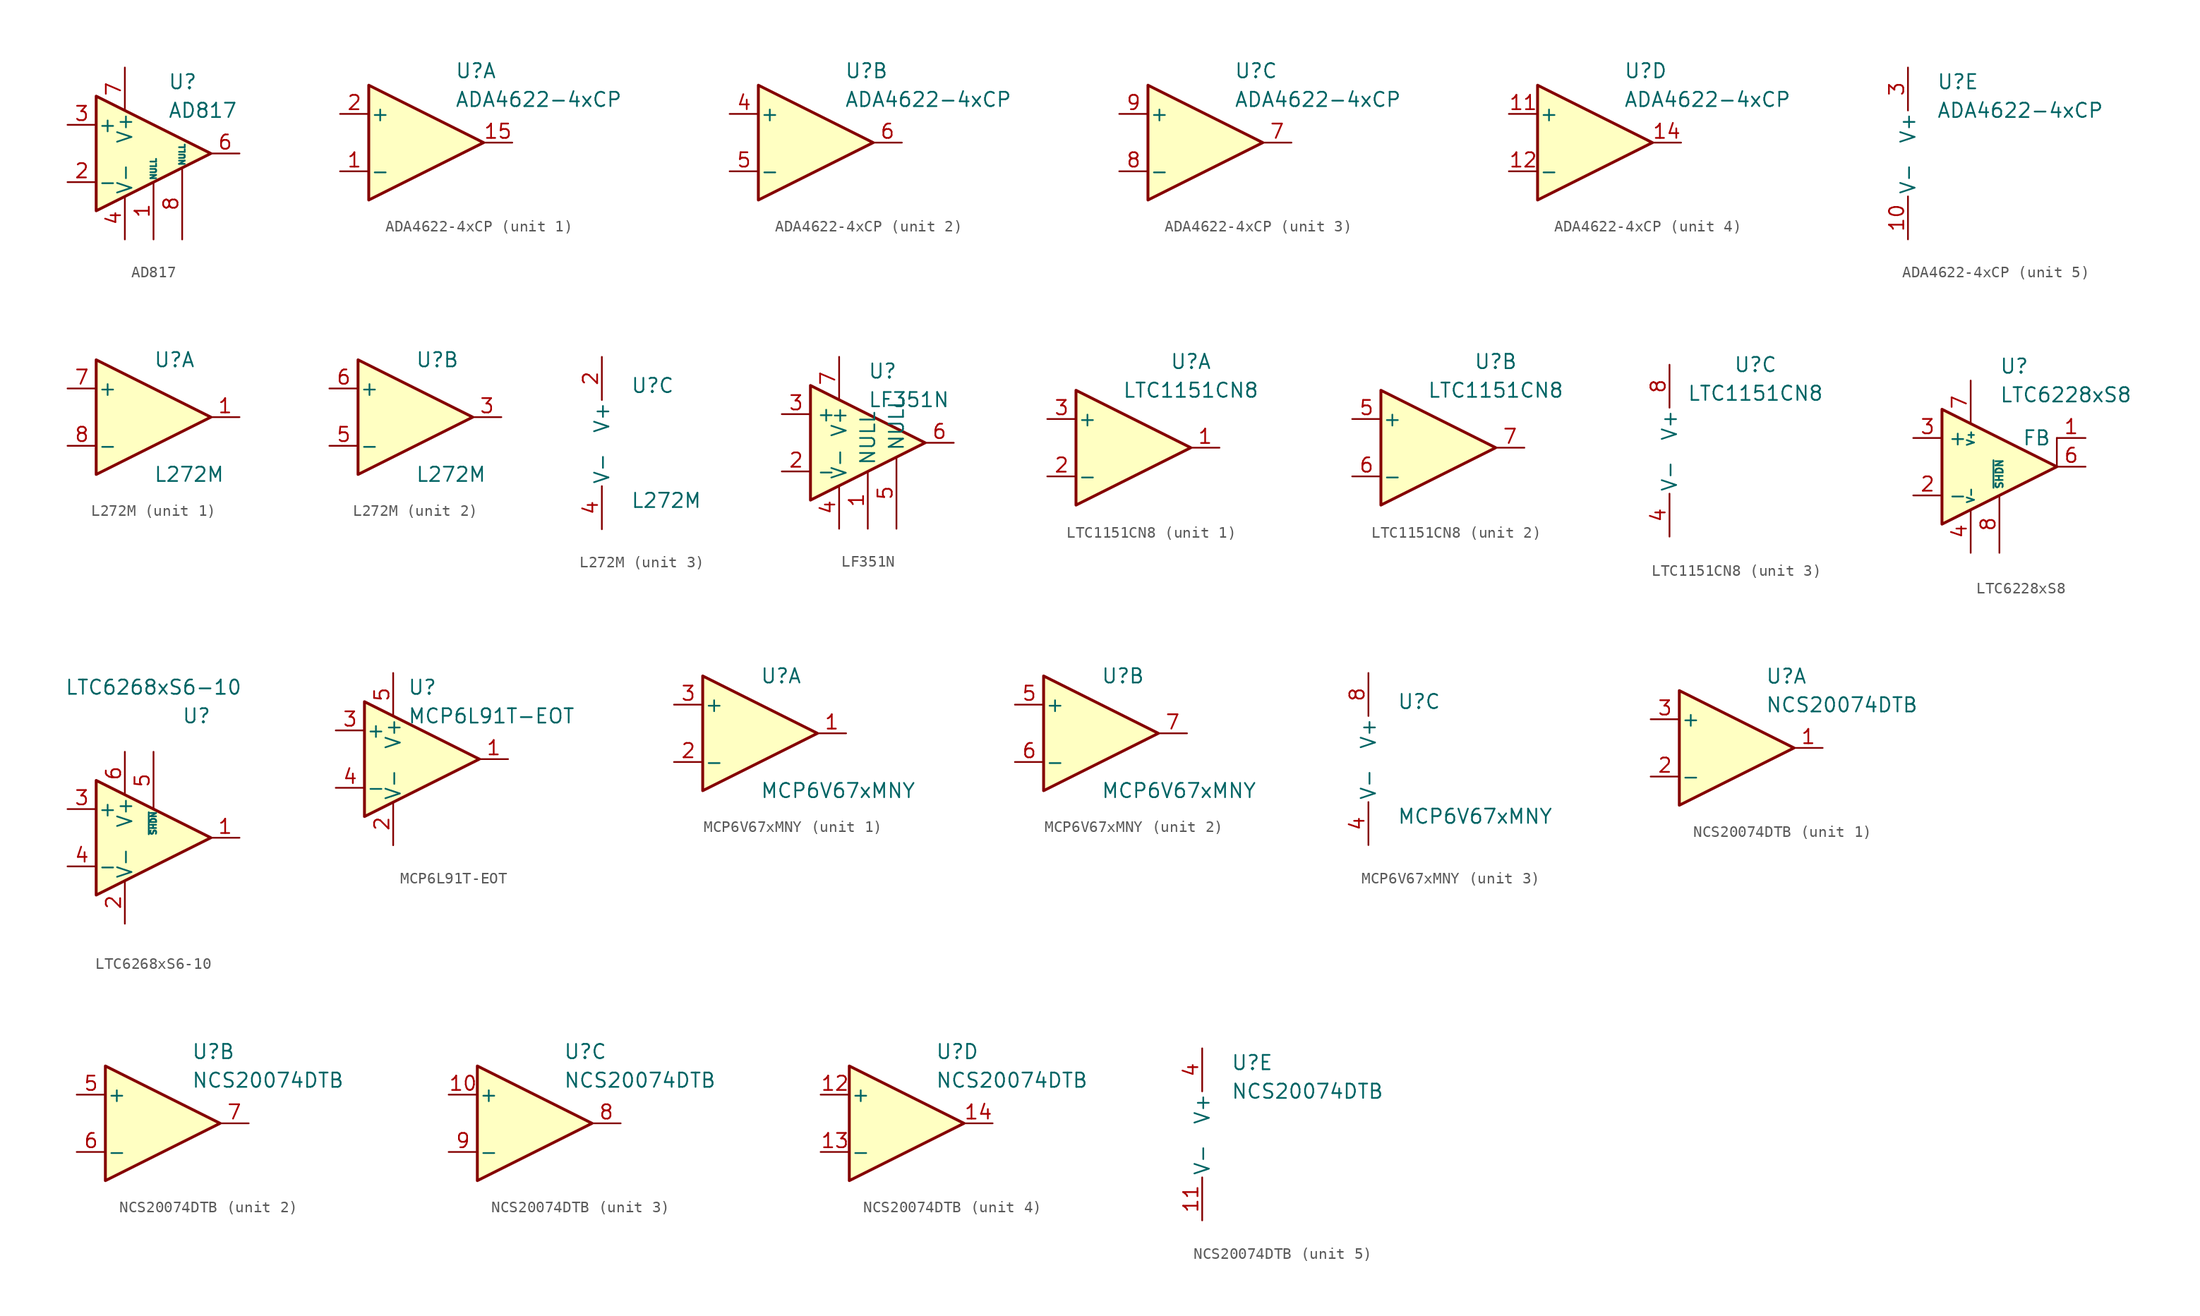
<source format=kicad_sym>
(kicad_symbol_lib
  (version 20220914)
  (generator kicad_symbol_editor)
  (symbol "AD817"
    (pin_names
      (offset 0.127))
    (property "Reference" "U"
      (at 1.27 6.35 0)
      (effects (font (size 1.27 1.27)) (justify left)))
    (property "Value" "AD817"
      (at 1.27 3.81 0)
      (effects (font (size 1.27 1.27)) (justify left)))
    (symbol "AD817_0_1"
      (polyline (pts (xy -5.08 5.08) (xy 5.08 0) (xy -5.08 -5.08) (xy -5.08 5.08)) (stroke (width 0.254) (type default)) (fill (type background))))
    (symbol "AD817_1_1"
      (pin input line (at 0 -7.62 90) (length 5.08) (name "NULL" (effects (font (size 0.508 0.508)))) (number "1" (effects (font (size 1.27 1.27)))))
      (pin input line (at -7.62 -2.54 0) (length 2.54) (name "-" (effects (font (size 1.27 1.27)))) (number "2" (effects (font (size 1.27 1.27)))))
      (pin input line (at -7.62 2.54 0) (length 2.54) (name "+" (effects (font (size 1.27 1.27)))) (number "3" (effects (font (size 1.27 1.27)))))
      (pin power_in line (at -2.54 -7.62 90) (length 3.81) (name "V-" (effects (font (size 1.27 1.27)))) (number "4" (effects (font (size 1.27 1.27)))))
      (pin no_connect line (at 0 2.54 270) (length 2.54) hide (name "NC" (effects (font (size 1.27 1.27)))) (number "5" (effects (font (size 1.27 1.27)))))
      (pin output line (at 7.62 0 180) (length 2.54) (name "~" (effects (font (size 1.27 1.27)))) (number "6" (effects (font (size 1.27 1.27)))))
      (pin power_in line (at -2.54 7.62 270) (length 3.81) (name "V+" (effects (font (size 1.27 1.27)))) (number "7" (effects (font (size 1.27 1.27)))))
      (pin input line (at 2.54 -7.62 90) (length 6.35) (name "NULL" (effects (font (size 0.508 0.508)))) (number "8" (effects (font (size 1.27 1.27)))))))
  (symbol "ADA4622-4xCP"
    (pin_names
      (offset 0.127))
    (property "Reference" "U"
      (at 2.54 6.35 0)
      (effects (font (size 1.27 1.27)) (justify left)))
    (property "Value" "ADA4622-4xCP"
      (at 2.54 3.81 0)
      (effects (font (size 1.27 1.27)) (justify left)))
    (property "ki_locked" ""
      (at 0 0 0)
      (effects (font (size 1.27 1.27))))
    (symbol "ADA4622-4xCP_1_1"
      (polyline (pts (xy 5.08 0) (xy -5.08 5.08) (xy -5.08 -5.08) (xy 5.08 0)) (stroke (width 0.254) (type default)) (fill (type background)))
      (pin input line (at -7.62 -2.54 0) (length 2.54) (name "-" (effects (font (size 1.27 1.27)))) (number "1" (effects (font (size 1.27 1.27)))))
      (pin output line (at 7.62 0 180) (length 2.54) (name "~" (effects (font (size 1.27 1.27)))) (number "15" (effects (font (size 1.27 1.27)))))
      (pin input line (at -7.62 2.54 0) (length 2.54) (name "+" (effects (font (size 1.27 1.27)))) (number "2" (effects (font (size 1.27 1.27))))))
    (symbol "ADA4622-4xCP_2_1"
      (polyline (pts (xy -5.08 5.08) (xy -5.08 -5.08) (xy 5.08 0) (xy -5.08 5.08)) (stroke (width 0.254) (type default)) (fill (type background)))
      (pin input line (at -7.62 2.54 0) (length 2.54) (name "+" (effects (font (size 1.27 1.27)))) (number "4" (effects (font (size 1.27 1.27)))))
      (pin input line (at -7.62 -2.54 0) (length 2.54) (name "-" (effects (font (size 1.27 1.27)))) (number "5" (effects (font (size 1.27 1.27)))))
      (pin output line (at 7.62 0 180) (length 2.54) (name "~" (effects (font (size 1.27 1.27)))) (number "6" (effects (font (size 1.27 1.27))))))
    (symbol "ADA4622-4xCP_3_1"
      (polyline (pts (xy 5.08 0) (xy -5.08 5.08) (xy -5.08 -5.08) (xy 5.08 0)) (stroke (width 0.254) (type default)) (fill (type background)))
      (pin output line (at 7.62 0 180) (length 2.54) (name "~" (effects (font (size 1.27 1.27)))) (number "7" (effects (font (size 1.27 1.27)))))
      (pin input line (at -7.62 -2.54 0) (length 2.54) (name "-" (effects (font (size 1.27 1.27)))) (number "8" (effects (font (size 1.27 1.27)))))
      (pin input line (at -7.62 2.54 0) (length 2.54) (name "+" (effects (font (size 1.27 1.27)))) (number "9" (effects (font (size 1.27 1.27))))))
    (symbol "ADA4622-4xCP_4_1"
      (polyline (pts (xy -5.08 5.08) (xy 5.08 0) (xy -5.08 -5.08) (xy -5.08 5.08)) (stroke (width 0.254) (type default)) (fill (type background)))
      (pin input line (at -7.62 2.54 0) (length 2.54) (name "+" (effects (font (size 1.27 1.27)))) (number "11" (effects (font (size 1.27 1.27)))))
      (pin input line (at -7.62 -2.54 0) (length 2.54) (name "-" (effects (font (size 1.27 1.27)))) (number "12" (effects (font (size 1.27 1.27)))))
      (pin output line (at 7.62 0 180) (length 2.54) (name "~" (effects (font (size 1.27 1.27)))) (number "14" (effects (font (size 1.27 1.27))))))
    (symbol "ADA4622-4xCP_5_1"
      (pin power_in line (at 0 -7.62 90) (length 3.81) (name "V-" (effects (font (size 1.27 1.27)))) (number "10" (effects (font (size 1.27 1.27)))))
      (pin free line (at 2.54 0 180) (length 3.81) hide (name "NIC" (effects (font (size 1.27 1.27)))) (number "13" (effects (font (size 1.27 1.27)))))
      (pin free line (at 2.54 2.54 180) (length 3.81) hide (name "NIC" (effects (font (size 1.27 1.27)))) (number "16" (effects (font (size 1.27 1.27)))))
      (pin passive line (at 0 7.62 270) (length 3.81) hide (name "V+" (effects (font (size 1.27 1.27)))) (number "17" (effects (font (size 1.27 1.27)))))
      (pin power_in line (at 0 7.62 270) (length 3.81) (name "V+" (effects (font (size 1.27 1.27)))) (number "3" (effects (font (size 1.27 1.27)))))))
  (symbol "L272M"
    (pin_names
      (offset 0.127))
    (property "Reference" "U"
      (at 0 5.08 0)
      (effects (font (size 1.27 1.27)) (justify left)))
    (property "Value" "L272M"
      (at 0 -5.08 0)
      (effects (font (size 1.27 1.27)) (justify left)))
    (property "ki_locked" ""
      (at 0 0 0)
      (effects (font (size 1.27 1.27))))
    (symbol "L272M_1_1"
      (polyline (pts (xy -5.08 5.08) (xy 5.08 0) (xy -5.08 -5.08) (xy -5.08 5.08)) (stroke (width 0.254) (type default)) (fill (type background)))
      (pin output line (at 7.62 0 180) (length 2.54) (name "~" (effects (font (size 1.27 1.27)))) (number "1" (effects (font (size 1.27 1.27)))))
      (pin input line (at -7.62 2.54 0) (length 2.54) (name "+" (effects (font (size 1.27 1.27)))) (number "7" (effects (font (size 1.27 1.27)))))
      (pin input line (at -7.62 -2.54 0) (length 2.54) (name "-" (effects (font (size 1.27 1.27)))) (number "8" (effects (font (size 1.27 1.27))))))
    (symbol "L272M_2_1"
      (polyline (pts (xy -5.08 5.08) (xy 5.08 0) (xy -5.08 -5.08) (xy -5.08 5.08)) (stroke (width 0.254) (type default)) (fill (type background)))
      (pin output line (at 7.62 0 180) (length 2.54) (name "~" (effects (font (size 1.27 1.27)))) (number "3" (effects (font (size 1.27 1.27)))))
      (pin input line (at -7.62 -2.54 0) (length 2.54) (name "-" (effects (font (size 1.27 1.27)))) (number "5" (effects (font (size 1.27 1.27)))))
      (pin input line (at -7.62 2.54 0) (length 2.54) (name "+" (effects (font (size 1.27 1.27)))) (number "6" (effects (font (size 1.27 1.27))))))
    (symbol "L272M_3_1"
      (pin power_in line (at -2.54 7.62 270) (length 3.81) (name "V+" (effects (font (size 1.27 1.27)))) (number "2" (effects (font (size 1.27 1.27)))))
      (pin power_in line (at -2.54 -7.62 90) (length 3.81) (name "V-" (effects (font (size 1.27 1.27)))) (number "4" (effects (font (size 1.27 1.27)))))))
  (symbol "LF351N"
    (property "Reference" "U"
      (at 0 6.35 0)
      (effects (font (size 1.27 1.27)) (justify left)))
    (property "Value" "LF351N"
      (at 0 3.81 0)
      (effects (font (size 1.27 1.27)) (justify left)))
    (symbol "LF351N_0_1"
      (polyline (pts (xy -5.08 5.08) (xy 5.08 0) (xy -5.08 -5.08) (xy -5.08 5.08)) (stroke (width 0.254) (type default)) (fill (type background))))
    (symbol "LF351N_1_1"
      (pin input line (at 0 -7.62 90) (length 5.08) (name "NULL" (effects (font (size 1.27 1.27)))) (number "1" (effects (font (size 1.27 1.27)))))
      (pin input line (at -7.62 -2.54 0) (length 2.54) (name "-" (effects (font (size 1.27 1.27)))) (number "2" (effects (font (size 1.27 1.27)))))
      (pin input line (at -7.62 2.54 0) (length 2.54) (name "+" (effects (font (size 1.27 1.27)))) (number "3" (effects (font (size 1.27 1.27)))))
      (pin power_in line (at -2.54 -7.62 90) (length 3.81) (name "V-" (effects (font (size 1.27 1.27)))) (number "4" (effects (font (size 1.27 1.27)))))
      (pin input line (at 2.54 -7.62 90) (length 6.35) (name "NULL" (effects (font (size 1.27 1.27)))) (number "5" (effects (font (size 1.27 1.27)))))
      (pin output line (at 7.62 0 180) (length 2.54) (name "~" (effects (font (size 1.27 1.27)))) (number "6" (effects (font (size 1.27 1.27)))))
      (pin power_in line (at -2.54 7.62 270) (length 3.81) (name "V+" (effects (font (size 1.27 1.27)))) (number "7" (effects (font (size 1.27 1.27)))))
      (pin no_connect line (at 0 2.54 270) (length 2.54) hide (name "NC" (effects (font (size 1.27 1.27)))) (number "8" (effects (font (size 1.27 1.27)))))))
  (symbol "LTC1151CN8"
    (pin_names
      (offset 0.127))
    (property "Reference" "U"
      (at 5.08 7.62 0)
      (effects (font (size 1.27 1.27))))
    (property "Value" "LTC1151CN8"
      (at 5.08 5.08 0)
      (effects (font (size 1.27 1.27))))
    (property "ki_locked" ""
      (at 0 0 0)
      (effects (font (size 1.27 1.27))))
    (symbol "LTC1151CN8_1_1"
      (polyline (pts (xy -5.08 5.08) (xy -5.08 -5.08) (xy 5.08 0) (xy -5.08 5.08)) (stroke (width 0.254) (type default)) (fill (type background)))
      (pin output line (at 7.62 0 180) (length 2.54) (name "~" (effects (font (size 1.27 1.27)))) (number "1" (effects (font (size 1.27 1.27)))))
      (pin input line (at -7.62 -2.54 0) (length 2.54) (name "-" (effects (font (size 1.27 1.27)))) (number "2" (effects (font (size 1.27 1.27)))))
      (pin input line (at -7.62 2.54 0) (length 2.54) (name "+" (effects (font (size 1.27 1.27)))) (number "3" (effects (font (size 1.27 1.27))))))
    (symbol "LTC1151CN8_2_1"
      (polyline (pts (xy -5.08 5.08) (xy -5.08 -5.08) (xy 5.08 0) (xy -5.08 5.08)) (stroke (width 0.254) (type default)) (fill (type background)))
      (pin input line (at -7.62 2.54 0) (length 2.54) (name "+" (effects (font (size 1.27 1.27)))) (number "5" (effects (font (size 1.27 1.27)))))
      (pin input line (at -7.62 -2.54 0) (length 2.54) (name "-" (effects (font (size 1.27 1.27)))) (number "6" (effects (font (size 1.27 1.27)))))
      (pin output line (at 7.62 0 180) (length 2.54) (name "~" (effects (font (size 1.27 1.27)))) (number "7" (effects (font (size 1.27 1.27))))))
    (symbol "LTC1151CN8_3_1"
      (pin power_in line (at -2.54 -7.62 90) (length 3.81) (name "V-" (effects (font (size 1.27 1.27)))) (number "4" (effects (font (size 1.27 1.27)))))
      (pin power_in line (at -2.54 7.62 270) (length 3.81) (name "V+" (effects (font (size 1.27 1.27)))) (number "8" (effects (font (size 1.27 1.27)))))))
  (symbol "LTC6228xS8"
    (property "Reference" "U"
      (at 0 8.89 0)
      (effects (font (size 1.27 1.27)) (justify left)))
    (property "Value" "LTC6228xS8"
      (at 0 6.35 0)
      (effects (font (size 1.27 1.27)) (justify left)))
    (symbol "LTC6228xS8_0_1"
      (polyline (pts (xy 5.08 0) (xy 5.08 2.54)) (stroke (width 0.152) (type default)) (fill (type none)))
      (polyline (pts (xy 5.08 0) (xy -5.08 5.08) (xy -5.08 -5.08) (xy 5.08 0)) (stroke (width 0.254) (type default)) (fill (type background))))
    (symbol "LTC6228xS8_1_1"
      (pin output line (at 7.62 2.54 180) (length 2.54) (name "FB" (effects (font (size 1.27 1.27)))) (number "1" (effects (font (size 1.27 1.27)))))
      (pin input line (at -7.62 -2.54 0) (length 2.54) (name "-" (effects (font (size 1.27 1.27)))) (number "2" (effects (font (size 1.27 1.27)))))
      (pin input line (at -7.62 2.54 0) (length 2.54) (name "+" (effects (font (size 1.27 1.27)))) (number "3" (effects (font (size 1.27 1.27)))))
      (pin power_in line (at -2.54 -7.62 90) (length 3.81) (name "V-" (effects (font (size 0.635 0.635)))) (number "4" (effects (font (size 1.27 1.27)))))
      (pin passive line (at -2.54 -7.62 90) (length 3.81) hide (name "V-" (effects (font (size 0.635 0.635)))) (number "5" (effects (font (size 1.27 1.27)))))
      (pin output line (at 7.62 0 180) (length 2.54) (name "~" (effects (font (size 1.27 1.27)))) (number "6" (effects (font (size 1.27 1.27)))))
      (pin power_in line (at -2.54 7.62 270) (length 3.81) (name "V+" (effects (font (size 0.635 0.635)))) (number "7" (effects (font (size 1.27 1.27)))))
      (pin input line (at 0 -7.62 90) (length 5.08) (name "~{SHDN}" (effects (font (size 0.635 0.635)))) (number "8" (effects (font (size 1.27 1.27)))))))
  (symbol "LTC6268xS6-10"
    (pin_names
      (offset 0.127))
    (property "Reference" "U"
      (at 3.81 10.795 0)
      (effects (font (size 1.27 1.27))))
    (property "Value" "LTC6268xS6-10"
      (at 0 13.335 0)
      (effects (font (size 1.27 1.27))))
    (symbol "LTC6268xS6-10_1_1"
      (polyline (pts (xy -5.08 5.08) (xy -5.08 -5.08) (xy 5.08 0) (xy -5.08 5.08)) (stroke (width 0.254) (type default)) (fill (type background)))
      (pin output line (at 7.62 0 180) (length 2.54) (name "~" (effects (font (size 1.27 1.27)))) (number "1" (effects (font (size 1.27 1.27)))))
      (pin power_in line (at -2.54 -7.62 90) (length 3.81) (name "V-" (effects (font (size 1.27 1.27)))) (number "2" (effects (font (size 1.27 1.27)))))
      (pin input line (at -7.62 2.54 0) (length 2.54) (name "+" (effects (font (size 1.27 1.27)))) (number "3" (effects (font (size 1.27 1.27)))))
      (pin input line (at -7.62 -2.54 0) (length 2.54) (name "-" (effects (font (size 1.27 1.27)))) (number "4" (effects (font (size 1.27 1.27)))))
      (pin input line (at 0 7.62 270) (length 5.08) (name "~{SHDN}" (effects (font (size 0.508 0.508)))) (number "5" (effects (font (size 1.27 1.27)))))
      (pin power_in line (at -2.54 7.62 270) (length 3.81) (name "V+" (effects (font (size 1.27 1.27)))) (number "6" (effects (font (size 1.27 1.27)))))))
  (symbol "MCP6L91T-EOT"
    (pin_names
      (offset 0.127))
    (property "Reference" "U"
      (at -1.27 6.35 0)
      (effects (font (size 1.27 1.27)) (justify left)))
    (property "Value" "MCP6L91T-EOT"
      (at -1.27 3.81 0)
      (effects (font (size 1.27 1.27)) (justify left)))
    (symbol "MCP6L91T-EOT_0_1"
      (polyline (pts (xy -5.08 5.08) (xy 5.08 0) (xy -5.08 -5.08) (xy -5.08 5.08)) (stroke (width 0.254) (type default)) (fill (type background)))
      (pin power_in line (at -2.54 -7.62 90) (length 3.81) (name "V-" (effects (font (size 1.27 1.27)))) (number "2" (effects (font (size 1.27 1.27)))))
      (pin power_in line (at -2.54 7.62 270) (length 3.81) (name "V+" (effects (font (size 1.27 1.27)))) (number "5" (effects (font (size 1.27 1.27))))))
    (symbol "MCP6L91T-EOT_1_1"
      (pin output line (at 7.62 0 180) (length 2.54) (name "~" (effects (font (size 1.27 1.27)))) (number "1" (effects (font (size 1.27 1.27)))))
      (pin input line (at -7.62 2.54 0) (length 2.54) (name "+" (effects (font (size 1.27 1.27)))) (number "3" (effects (font (size 1.27 1.27)))))
      (pin input line (at -7.62 -2.54 0) (length 2.54) (name "-" (effects (font (size 1.27 1.27)))) (number "4" (effects (font (size 1.27 1.27)))))))
  (symbol "MCP6V67xMNY"
    (pin_names
      (offset 0.127))
    (property "Reference" "U"
      (at 0 5.08 0)
      (effects (font (size 1.27 1.27)) (justify left)))
    (property "Value" "MCP6V67xMNY"
      (at 0 -5.08 0)
      (effects (font (size 1.27 1.27)) (justify left)))
    (property "ki_locked" ""
      (at 0 0 0)
      (effects (font (size 1.27 1.27))))
    (symbol "MCP6V67xMNY_1_1"
      (polyline (pts (xy -5.08 5.08) (xy 5.08 0) (xy -5.08 -5.08) (xy -5.08 5.08)) (stroke (width 0.254) (type default)) (fill (type background)))
      (pin output line (at 7.62 0 180) (length 2.54) (name "~" (effects (font (size 1.27 1.27)))) (number "1" (effects (font (size 1.27 1.27)))))
      (pin input line (at -7.62 -2.54 0) (length 2.54) (name "-" (effects (font (size 1.27 1.27)))) (number "2" (effects (font (size 1.27 1.27)))))
      (pin input line (at -7.62 2.54 0) (length 2.54) (name "+" (effects (font (size 1.27 1.27)))) (number "3" (effects (font (size 1.27 1.27))))))
    (symbol "MCP6V67xMNY_2_1"
      (polyline (pts (xy -5.08 5.08) (xy 5.08 0) (xy -5.08 -5.08) (xy -5.08 5.08)) (stroke (width 0.254) (type default)) (fill (type background)))
      (pin input line (at -7.62 2.54 0) (length 2.54) (name "+" (effects (font (size 1.27 1.27)))) (number "5" (effects (font (size 1.27 1.27)))))
      (pin input line (at -7.62 -2.54 0) (length 2.54) (name "-" (effects (font (size 1.27 1.27)))) (number "6" (effects (font (size 1.27 1.27)))))
      (pin output line (at 7.62 0 180) (length 2.54) (name "~" (effects (font (size 1.27 1.27)))) (number "7" (effects (font (size 1.27 1.27))))))
    (symbol "MCP6V67xMNY_3_1"
      (pin power_in line (at -2.54 -7.62 90) (length 3.81) (name "V-" (effects (font (size 1.27 1.27)))) (number "4" (effects (font (size 1.27 1.27)))))
      (pin power_in line (at -2.54 7.62 270) (length 3.81) (name "V+" (effects (font (size 1.27 1.27)))) (number "8" (effects (font (size 1.27 1.27)))))
      (pin passive line (at -2.54 -7.62 90) (length 3.81) hide (name "V-" (effects (font (size 1.27 1.27)))) (number "9" (effects (font (size 1.27 1.27)))))))
  (symbol "NCS20074DTB"
    (pin_names
      (offset 0.127))
    (property "Reference" "U"
      (at 2.54 6.35 0)
      (effects (font (size 1.27 1.27)) (justify left)))
    (property "Value" "NCS20074DTB"
      (at 2.54 3.81 0)
      (effects (font (size 1.27 1.27)) (justify left)))
    (property "ki_locked" ""
      (at 0 0 0)
      (effects (font (size 1.27 1.27))))
    (symbol "NCS20074DTB_1_1"
      (polyline (pts (xy 5.08 0) (xy -5.08 5.08) (xy -5.08 -5.08) (xy 5.08 0)) (stroke (width 0.254) (type default)) (fill (type background)))
      (pin output line (at 7.62 0 180) (length 2.54) (name "~" (effects (font (size 1.27 1.27)))) (number "1" (effects (font (size 1.27 1.27)))))
      (pin input line (at -7.62 -2.54 0) (length 2.54) (name "-" (effects (font (size 1.27 1.27)))) (number "2" (effects (font (size 1.27 1.27)))))
      (pin input line (at -7.62 2.54 0) (length 2.54) (name "+" (effects (font (size 1.27 1.27)))) (number "3" (effects (font (size 1.27 1.27))))))
    (symbol "NCS20074DTB_2_1"
      (polyline (pts (xy -5.08 5.08) (xy -5.08 -5.08) (xy 5.08 0) (xy -5.08 5.08)) (stroke (width 0.254) (type default)) (fill (type background)))
      (pin input line (at -7.62 2.54 0) (length 2.54) (name "+" (effects (font (size 1.27 1.27)))) (number "5" (effects (font (size 1.27 1.27)))))
      (pin input line (at -7.62 -2.54 0) (length 2.54) (name "-" (effects (font (size 1.27 1.27)))) (number "6" (effects (font (size 1.27 1.27)))))
      (pin output line (at 7.62 0 180) (length 2.54) (name "~" (effects (font (size 1.27 1.27)))) (number "7" (effects (font (size 1.27 1.27))))))
    (symbol "NCS20074DTB_3_1"
      (polyline (pts (xy 5.08 0) (xy -5.08 5.08) (xy -5.08 -5.08) (xy 5.08 0)) (stroke (width 0.254) (type default)) (fill (type background)))
      (pin input line (at -7.62 2.54 0) (length 2.54) (name "+" (effects (font (size 1.27 1.27)))) (number "10" (effects (font (size 1.27 1.27)))))
      (pin output line (at 7.62 0 180) (length 2.54) (name "~" (effects (font (size 1.27 1.27)))) (number "8" (effects (font (size 1.27 1.27)))))
      (pin input line (at -7.62 -2.54 0) (length 2.54) (name "-" (effects (font (size 1.27 1.27)))) (number "9" (effects (font (size 1.27 1.27))))))
    (symbol "NCS20074DTB_4_1"
      (polyline (pts (xy -5.08 5.08) (xy 5.08 0) (xy -5.08 -5.08) (xy -5.08 5.08)) (stroke (width 0.254) (type default)) (fill (type background)))
      (pin input line (at -7.62 2.54 0) (length 2.54) (name "+" (effects (font (size 1.27 1.27)))) (number "12" (effects (font (size 1.27 1.27)))))
      (pin input line (at -7.62 -2.54 0) (length 2.54) (name "-" (effects (font (size 1.27 1.27)))) (number "13" (effects (font (size 1.27 1.27)))))
      (pin output line (at 7.62 0 180) (length 2.54) (name "~" (effects (font (size 1.27 1.27)))) (number "14" (effects (font (size 1.27 1.27))))))
    (symbol "NCS20074DTB_5_1"
      (pin power_in line (at 0 -7.62 90) (length 3.81) (name "V-" (effects (font (size 1.27 1.27)))) (number "11" (effects (font (size 1.27 1.27)))))
      (pin power_in line (at 0 7.62 270) (length 3.81) (name "V+" (effects (font (size 1.27 1.27)))) (number "4" (effects (font (size 1.27 1.27))))))))
</source>
